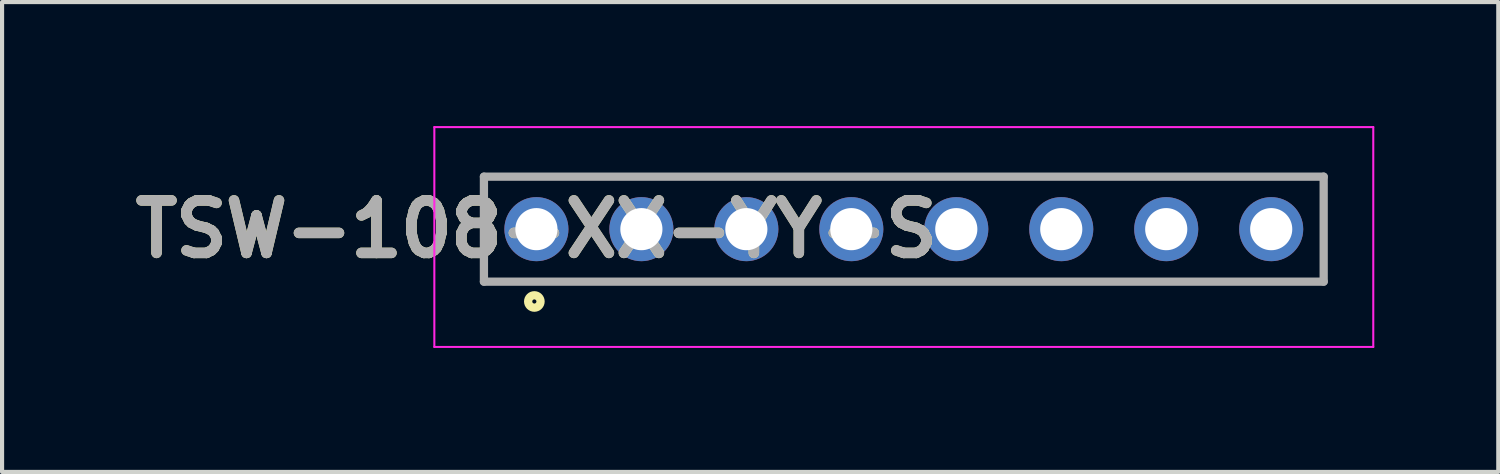
<source format=kicad_pcb>
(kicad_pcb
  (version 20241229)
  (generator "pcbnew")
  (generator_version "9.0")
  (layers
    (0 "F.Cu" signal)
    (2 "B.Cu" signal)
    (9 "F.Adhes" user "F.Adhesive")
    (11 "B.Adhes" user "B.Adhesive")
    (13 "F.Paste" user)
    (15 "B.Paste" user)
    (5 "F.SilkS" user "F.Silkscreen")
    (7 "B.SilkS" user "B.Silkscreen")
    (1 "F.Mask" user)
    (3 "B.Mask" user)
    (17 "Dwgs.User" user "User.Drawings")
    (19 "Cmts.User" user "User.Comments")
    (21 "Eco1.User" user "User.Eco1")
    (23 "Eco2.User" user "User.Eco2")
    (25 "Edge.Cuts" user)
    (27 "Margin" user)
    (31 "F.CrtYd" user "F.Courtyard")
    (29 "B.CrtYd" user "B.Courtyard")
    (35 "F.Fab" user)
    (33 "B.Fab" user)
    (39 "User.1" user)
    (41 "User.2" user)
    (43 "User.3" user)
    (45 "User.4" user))
  (footprint "TSW-108-XX-YY-S"
    (layer "F.Cu")
    (at 9.93 2.495)
    (property "Reference" "TSW-108-XX-YY-S" (at 0 0 0) (layer "F.SilkS") (effects (font (size 1.27 1.27) (thickness 0.254))))
    (attr through_hole)
    (fp_line (start -1.27 -1.27) (end 19.05 -1.27) (stroke (width 0.1) (type solid)) (layer "F.SilkS"))
    (fp_line (start -1.27 1.27) (end -1.27 -1.27) (stroke (width 0.1) (type solid)) (layer "F.SilkS"))
    (fp_line (start 19.05 -1.27) (end 19.05 1.27) (stroke (width 0.1) (type solid)) (layer "F.SilkS"))
    (fp_line (start 19.05 1.27) (end -1.27 1.27) (stroke (width 0.1) (type solid)) (layer "F.SilkS"))
    (fp_circle (center -0.05 1.75) (end -0.05 1.8) (stroke (width 0.2) (type solid)) (fill no) (layer "F.SilkS"))
    (fp_line (start -2.47 -2.47) (end 20.25 -2.47) (stroke (width 0.05) (type solid)) (layer "F.CrtYd"))
    (fp_line (start -2.47 2.85) (end -2.47 -2.47) (stroke (width 0.05) (type solid)) (layer "F.CrtYd"))
    (fp_line (start 20.25 -2.47) (end 20.25 2.85) (stroke (width 0.05) (type solid)) (layer "F.CrtYd"))
    (fp_line (start 20.25 2.85) (end -2.47 2.85) (stroke (width 0.05) (type solid)) (layer "F.CrtYd"))
    (fp_line (start -1.27 -1.27) (end 19.05 -1.27) (stroke (width 0.2) (type solid)) (layer "F.Fab"))
    (fp_line (start -1.27 1.27) (end -1.27 -1.27) (stroke (width 0.2) (type solid)) (layer "F.Fab"))
    (fp_line (start 19.05 -1.27) (end 19.05 1.27) (stroke (width 0.2) (type solid)) (layer "F.Fab"))
    (fp_line (start 19.05 1.27) (end -1.27 1.27) (stroke (width 0.2) (type solid)) (layer "F.Fab"))
    (fp_text user "${REFERENCE}" (at 0 0 0) (layer "F.Fab") (effects (font (size 1.27 1.27) (thickness 0.254))))
    (pad "1" thru_hole circle (at 0 0) (size 1.55 1.55) (drill 1.02) (layers "*.Cu" "*.Mask"))
    (pad "2" thru_hole circle (at 2.54 0) (size 1.55 1.55) (drill 1.02) (layers "*.Cu" "*.Mask"))
    (pad "3" thru_hole circle (at 5.08 0) (size 1.55 1.55) (drill 1.02) (layers "*.Cu" "*.Mask"))
    (pad "4" thru_hole circle (at 7.62 0) (size 1.55 1.55) (drill 1.02) (layers "*.Cu" "*.Mask"))
    (pad "5" thru_hole circle (at 10.16 0) (size 1.55 1.55) (drill 1.02) (layers "*.Cu" "*.Mask"))
    (pad "6" thru_hole circle (at 12.7 0) (size 1.55 1.55) (drill 1.02) (layers "*.Cu" "*.Mask"))
    (pad "7" thru_hole circle (at 15.24 0) (size 1.55 1.55) (drill 1.02) (layers "*.Cu" "*.Mask"))
    (pad "8" thru_hole circle (at 17.78 0) (size 1.55 1.55) (drill 1.02) (layers "*.Cu" "*.Mask")))
  (gr_rect
    (start -3 -3)
    (end 33.205 8.37)
    (stroke (width 0.1) (type default))
    (fill no)
    (layer "Edge.Cuts")))
</source>
